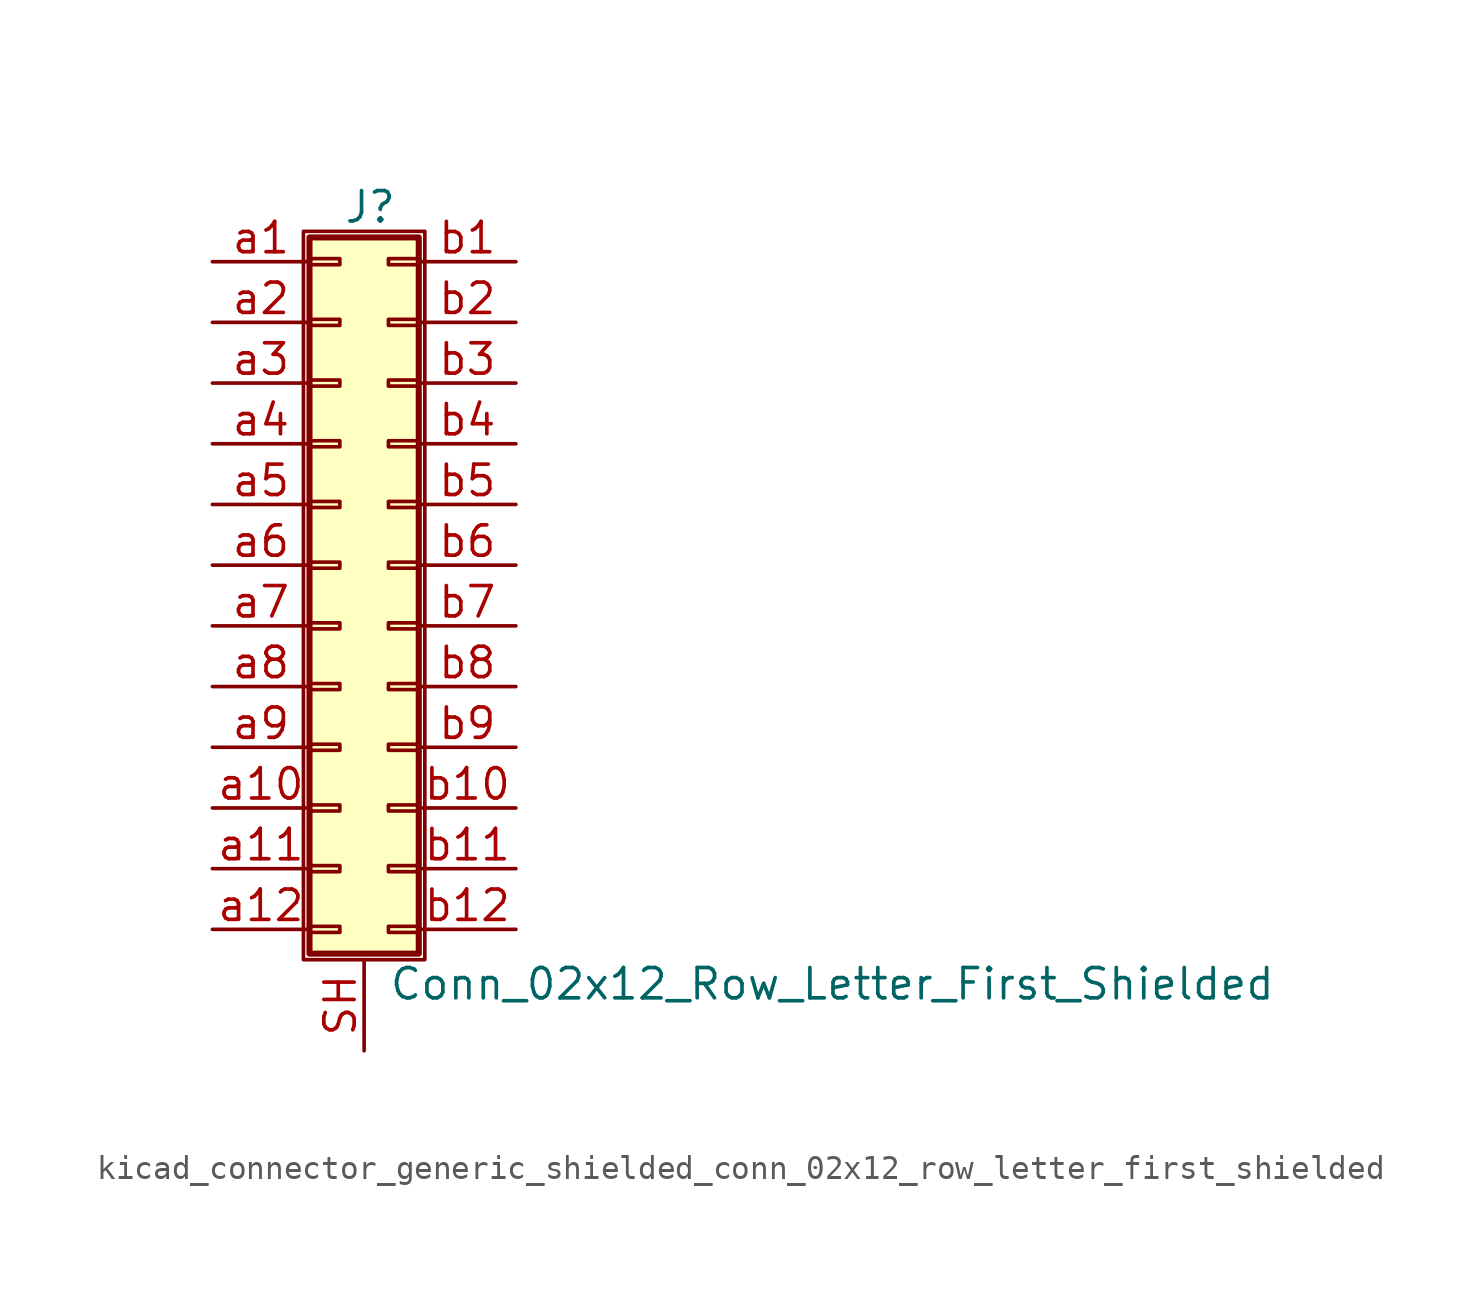
<source format=kicad_sym>
(kicad_symbol_lib
  (version 20220914)
  (generator kicad_symbol_editor)
  (symbol "kicad_connector_generic_shielded_conn_02x12_row_letter_first_shielded"
    (pin_names
      (offset 1.016) hide)
    (property "Reference" "J"
      (at 1.524 14.986 0)
      (effects (font (size 1.27 1.27))))
    (property "Value" "Conn_02x12_Row_Letter_First_Shielded"
      (at 2.286 -17.526 0)
      (effects (font (size 1.27 1.27)) (justify left)))
    (symbol "kicad_connector_generic_shielded_conn_02x12_row_letter_first_shielded_1_1"
      (rectangle (start -1.27 13.97) (end 3.81 -16.51) (stroke (width 0.152) (type default)) (fill (type none)))
      (rectangle (start -1.016 -15.113) (end 0.254 -15.367) (stroke (width 0.152) (type default)) (fill (type none)))
      (rectangle (start -1.016 -12.573) (end 0.254 -12.827) (stroke (width 0.152) (type default)) (fill (type none)))
      (rectangle (start -1.016 -10.033) (end 0.254 -10.287) (stroke (width 0.152) (type default)) (fill (type none)))
      (rectangle (start -1.016 -7.493) (end 0.254 -7.747) (stroke (width 0.152) (type default)) (fill (type none)))
      (rectangle (start -1.016 -4.953) (end 0.254 -5.207) (stroke (width 0.152) (type default)) (fill (type none)))
      (rectangle (start -1.016 -2.413) (end 0.254 -2.667) (stroke (width 0.152) (type default)) (fill (type none)))
      (rectangle (start -1.016 0.127) (end 0.254 -0.127) (stroke (width 0.152) (type default)) (fill (type none)))
      (rectangle (start -1.016 2.667) (end 0.254 2.413) (stroke (width 0.152) (type default)) (fill (type none)))
      (rectangle (start -1.016 5.207) (end 0.254 4.953) (stroke (width 0.152) (type default)) (fill (type none)))
      (rectangle (start -1.016 7.747) (end 0.254 7.493) (stroke (width 0.152) (type default)) (fill (type none)))
      (rectangle (start -1.016 10.287) (end 0.254 10.033) (stroke (width 0.152) (type default)) (fill (type none)))
      (rectangle (start -1.016 12.827) (end 0.254 12.573) (stroke (width 0.152) (type default)) (fill (type none)))
      (rectangle (start -1.016 13.716) (end 3.556 -16.256) (stroke (width 0.254) (type default)) (fill (type background)))
      (rectangle (start 3.556 -15.113) (end 2.286 -15.367) (stroke (width 0.152) (type default)) (fill (type none)))
      (rectangle (start 3.556 -12.573) (end 2.286 -12.827) (stroke (width 0.152) (type default)) (fill (type none)))
      (rectangle (start 3.556 -10.033) (end 2.286 -10.287) (stroke (width 0.152) (type default)) (fill (type none)))
      (rectangle (start 3.556 -7.493) (end 2.286 -7.747) (stroke (width 0.152) (type default)) (fill (type none)))
      (rectangle (start 3.556 -4.953) (end 2.286 -5.207) (stroke (width 0.152) (type default)) (fill (type none)))
      (rectangle (start 3.556 -2.413) (end 2.286 -2.667) (stroke (width 0.152) (type default)) (fill (type none)))
      (rectangle (start 3.556 0.127) (end 2.286 -0.127) (stroke (width 0.152) (type default)) (fill (type none)))
      (rectangle (start 3.556 2.667) (end 2.286 2.413) (stroke (width 0.152) (type default)) (fill (type none)))
      (rectangle (start 3.556 5.207) (end 2.286 4.953) (stroke (width 0.152) (type default)) (fill (type none)))
      (rectangle (start 3.556 7.747) (end 2.286 7.493) (stroke (width 0.152) (type default)) (fill (type none)))
      (rectangle (start 3.556 10.287) (end 2.286 10.033) (stroke (width 0.152) (type default)) (fill (type none)))
      (rectangle (start 3.556 12.827) (end 2.286 12.573) (stroke (width 0.152) (type default)) (fill (type none)))
      (pin passive line (at 1.27 -20.32 90) (length 3.81) (name "Shield" (effects (font (size 1.27 1.27)))) (number "SH" (effects (font (size 1.27 1.27)))))
      (pin passive line (at -5.08 12.7 0) (length 4.064) (name "Pin_a1" (effects (font (size 1.27 1.27)))) (number "a1" (effects (font (size 1.27 1.27)))))
      (pin passive line (at -5.08 -10.16 0) (length 4.064) (name "Pin_a10" (effects (font (size 1.27 1.27)))) (number "a10" (effects (font (size 1.27 1.27)))))
      (pin passive line (at -5.08 -12.7 0) (length 4.064) (name "Pin_a11" (effects (font (size 1.27 1.27)))) (number "a11" (effects (font (size 1.27 1.27)))))
      (pin passive line (at -5.08 -15.24 0) (length 4.064) (name "Pin_a12" (effects (font (size 1.27 1.27)))) (number "a12" (effects (font (size 1.27 1.27)))))
      (pin passive line (at -5.08 10.16 0) (length 4.064) (name "Pin_a2" (effects (font (size 1.27 1.27)))) (number "a2" (effects (font (size 1.27 1.27)))))
      (pin passive line (at -5.08 7.62 0) (length 4.064) (name "Pin_a3" (effects (font (size 1.27 1.27)))) (number "a3" (effects (font (size 1.27 1.27)))))
      (pin passive line (at -5.08 5.08 0) (length 4.064) (name "Pin_a4" (effects (font (size 1.27 1.27)))) (number "a4" (effects (font (size 1.27 1.27)))))
      (pin passive line (at -5.08 2.54 0) (length 4.064) (name "Pin_a5" (effects (font (size 1.27 1.27)))) (number "a5" (effects (font (size 1.27 1.27)))))
      (pin passive line (at -5.08 0 0) (length 4.064) (name "Pin_a6" (effects (font (size 1.27 1.27)))) (number "a6" (effects (font (size 1.27 1.27)))))
      (pin passive line (at -5.08 -2.54 0) (length 4.064) (name "Pin_a7" (effects (font (size 1.27 1.27)))) (number "a7" (effects (font (size 1.27 1.27)))))
      (pin passive line (at -5.08 -5.08 0) (length 4.064) (name "Pin_a8" (effects (font (size 1.27 1.27)))) (number "a8" (effects (font (size 1.27 1.27)))))
      (pin passive line (at -5.08 -7.62 0) (length 4.064) (name "Pin_a9" (effects (font (size 1.27 1.27)))) (number "a9" (effects (font (size 1.27 1.27)))))
      (pin passive line (at 7.62 12.7 180) (length 4.064) (name "Pin_b1" (effects (font (size 1.27 1.27)))) (number "b1" (effects (font (size 1.27 1.27)))))
      (pin passive line (at 7.62 -10.16 180) (length 4.064) (name "Pin_b10" (effects (font (size 1.27 1.27)))) (number "b10" (effects (font (size 1.27 1.27)))))
      (pin passive line (at 7.62 -12.7 180) (length 4.064) (name "Pin_b11" (effects (font (size 1.27 1.27)))) (number "b11" (effects (font (size 1.27 1.27)))))
      (pin passive line (at 7.62 -15.24 180) (length 4.064) (name "Pin_b12" (effects (font (size 1.27 1.27)))) (number "b12" (effects (font (size 1.27 1.27)))))
      (pin passive line (at 7.62 10.16 180) (length 4.064) (name "Pin_b2" (effects (font (size 1.27 1.27)))) (number "b2" (effects (font (size 1.27 1.27)))))
      (pin passive line (at 7.62 7.62 180) (length 4.064) (name "Pin_b3" (effects (font (size 1.27 1.27)))) (number "b3" (effects (font (size 1.27 1.27)))))
      (pin passive line (at 7.62 5.08 180) (length 4.064) (name "Pin_b4" (effects (font (size 1.27 1.27)))) (number "b4" (effects (font (size 1.27 1.27)))))
      (pin passive line (at 7.62 2.54 180) (length 4.064) (name "Pin_b5" (effects (font (size 1.27 1.27)))) (number "b5" (effects (font (size 1.27 1.27)))))
      (pin passive line (at 7.62 0 180) (length 4.064) (name "Pin_b6" (effects (font (size 1.27 1.27)))) (number "b6" (effects (font (size 1.27 1.27)))))
      (pin passive line (at 7.62 -2.54 180) (length 4.064) (name "Pin_b7" (effects (font (size 1.27 1.27)))) (number "b7" (effects (font (size 1.27 1.27)))))
      (pin passive line (at 7.62 -5.08 180) (length 4.064) (name "Pin_b8" (effects (font (size 1.27 1.27)))) (number "b8" (effects (font (size 1.27 1.27)))))
      (pin passive line (at 7.62 -7.62 180) (length 4.064) (name "Pin_b9" (effects (font (size 1.27 1.27)))) (number "b9" (effects (font (size 1.27 1.27))))))))
</source>
